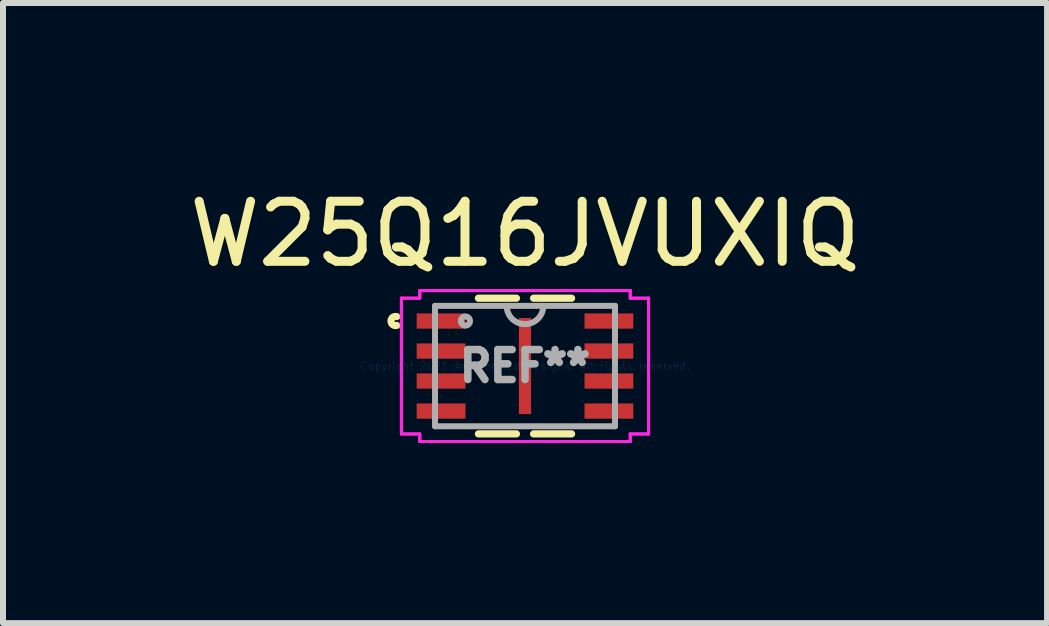
<source format=kicad_pcb>
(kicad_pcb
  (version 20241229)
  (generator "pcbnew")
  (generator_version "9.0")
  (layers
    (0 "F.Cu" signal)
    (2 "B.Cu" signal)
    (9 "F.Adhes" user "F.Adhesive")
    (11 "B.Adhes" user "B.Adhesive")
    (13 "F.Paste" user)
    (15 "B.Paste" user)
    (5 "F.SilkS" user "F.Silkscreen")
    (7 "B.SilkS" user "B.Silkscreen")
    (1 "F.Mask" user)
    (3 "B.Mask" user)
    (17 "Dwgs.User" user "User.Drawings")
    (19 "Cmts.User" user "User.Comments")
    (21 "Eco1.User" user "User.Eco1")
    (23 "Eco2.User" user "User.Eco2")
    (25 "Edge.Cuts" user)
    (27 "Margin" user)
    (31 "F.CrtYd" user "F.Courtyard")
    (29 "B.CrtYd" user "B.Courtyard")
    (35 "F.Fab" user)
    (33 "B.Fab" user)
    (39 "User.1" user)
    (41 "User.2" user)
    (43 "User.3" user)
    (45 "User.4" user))
  (footprint "W25Q16JVUXIQ"
    (layer "F.Cu")
    (at 5.696 3.048)
    (property "Reference" "W25Q16JVUXIQ" (at 0 -2.2 0) (layer "F.SilkS") (effects (font (size 1 1) (thickness 0.15))))
    (attr through_hole)
    (fp_line (start -0.776 1.13) (end -0.143 1.13) (stroke (width 0.12) (type solid)) (layer "F.SilkS"))
    (fp_line (start -0.143 -1.13) (end -0.776 -1.13) (stroke (width 0.12) (type solid)) (layer "F.SilkS"))
    (fp_line (start 0.143 1.13) (end 0.776 1.13) (stroke (width 0.12) (type solid)) (layer "F.SilkS"))
    (fp_line (start 0.776 -1.13) (end 0.143 -1.13) (stroke (width 0.12) (type solid)) (layer "F.SilkS"))
    (fp_arc (start -2.13754 -0.676171) (mid -2.2326 -0.75) (end -2.13754 -0.823829) (stroke (width 0.12) (type solid)) (layer "F.SilkS"))
    (fp_line (start -2.059 -1.131) (end -1.753 -1.131) (stroke (width 0.05) (type solid)) (layer "F.CrtYd"))
    (fp_line (start -2.059 -1.131) (end -1.753 -1.131) (stroke (width 0.05) (type solid)) (layer "F.CrtYd"))
    (fp_line (start -2.059 1.131) (end -2.059 -1.131) (stroke (width 0.05) (type solid)) (layer "F.CrtYd"))
    (fp_line (start -2.059 1.131) (end -2.059 -1.131) (stroke (width 0.05) (type solid)) (layer "F.CrtYd"))
    (fp_line (start -2.059 1.131) (end -1.753 1.131) (stroke (width 0.05) (type solid)) (layer "F.CrtYd"))
    (fp_line (start -1.753 -1.257) (end 1.753 -1.257) (stroke (width 0.05) (type solid)) (layer "F.CrtYd"))
    (fp_line (start -1.753 -1.257) (end 1.753 -1.257) (stroke (width 0.05) (type solid)) (layer "F.CrtYd"))
    (fp_line (start -1.753 -1.131) (end -1.753 -1.257) (stroke (width 0.05) (type solid)) (layer "F.CrtYd"))
    (fp_line (start -1.753 -1.131) (end -1.753 -1.257) (stroke (width 0.05) (type solid)) (layer "F.CrtYd"))
    (fp_line (start -1.753 1.131) (end -2.059 1.131) (stroke (width 0.05) (type solid)) (layer "F.CrtYd"))
    (fp_line (start -1.753 1.257) (end -1.753 1.131) (stroke (width 0.05) (type solid)) (layer "F.CrtYd"))
    (fp_line (start -1.753 1.257) (end -1.753 1.131) (stroke (width 0.05) (type solid)) (layer "F.CrtYd"))
    (fp_line (start 1.753 -1.257) (end 1.753 -1.131) (stroke (width 0.05) (type solid)) (layer "F.CrtYd"))
    (fp_line (start 1.753 -1.257) (end 1.753 -1.131) (stroke (width 0.05) (type solid)) (layer "F.CrtYd"))
    (fp_line (start 1.753 -1.131) (end 2.059 -1.131) (stroke (width 0.05) (type solid)) (layer "F.CrtYd"))
    (fp_line (start 1.753 1.131) (end 1.753 1.257) (stroke (width 0.05) (type solid)) (layer "F.CrtYd"))
    (fp_line (start 1.753 1.131) (end 1.753 1.257) (stroke (width 0.05) (type solid)) (layer "F.CrtYd"))
    (fp_line (start 1.753 1.257) (end -1.753 1.257) (stroke (width 0.05) (type solid)) (layer "F.CrtYd"))
    (fp_line (start 1.753 1.257) (end -1.753 1.257) (stroke (width 0.05) (type solid)) (layer "F.CrtYd"))
    (fp_line (start 2.059 -1.131) (end 1.753 -1.131) (stroke (width 0.05) (type solid)) (layer "F.CrtYd"))
    (fp_line (start 2.059 -1.131) (end 2.059 1.131) (stroke (width 0.05) (type solid)) (layer "F.CrtYd"))
    (fp_line (start 2.059 -1.131) (end 2.059 1.131) (stroke (width 0.05) (type solid)) (layer "F.CrtYd"))
    (fp_line (start 2.059 1.131) (end 1.753 1.131) (stroke (width 0.05) (type solid)) (layer "F.CrtYd"))
    (fp_line (start 2.059 1.131) (end 1.753 1.131) (stroke (width 0.05) (type solid)) (layer "F.CrtYd"))
    (fp_line (start -1.499 -1.003) (end -1.499 1.003) (stroke (width 0.1) (type solid)) (layer "F.Fab"))
    (fp_line (start -1.499 1.003) (end 1.499 1.003) (stroke (width 0.1) (type solid)) (layer "F.Fab"))
    (fp_line (start 1.499 -1.003) (end -1.499 -1.003) (stroke (width 0.1) (type solid)) (layer "F.Fab"))
    (fp_line (start 1.499 1.003) (end 1.499 -1.003) (stroke (width 0.1) (type solid)) (layer "F.Fab"))
    (fp_arc (start 0.3048 -1.0033) (mid 0 -0.6985) (end -0.3048 -1.0033) (stroke (width 0.1) (type solid)) (layer "F.Fab"))
    (fp_circle (center -0.992 -0.75) (end -0.916 -0.75) (stroke (width 0.1) (type solid)) (fill no) (layer "F.Fab"))
    (fp_text user "Copyright 2021 Accelerated Designs. All rights reserved." (at 0 0 0) (layer "Cmts.User") (effects (font (size 0.127 0.127) (thickness 0.002))))
    (fp_text user "REF**" (at 0 0 0) (layer "F.Fab") (effects (font (size 0.5 0.5) (thickness 0.125))))
    (pad "1" smd rect (at -1.398 -0.75) (size 0.813 0.254) (layers "F.Cu" "F.Mask" "F.Paste"))
    (pad "2" smd rect (at -1.398 -0.25) (size 0.813 0.254) (layers "F.Cu" "F.Mask" "F.Paste"))
    (pad "3" smd rect (at -1.398 0.25) (size 0.813 0.254) (layers "F.Cu" "F.Mask" "F.Paste"))
    (pad "4" smd rect (at -1.398 0.75) (size 0.813 0.254) (layers "F.Cu" "F.Mask" "F.Paste"))
    (pad "5" smd rect (at 1.398 0.75) (size 0.813 0.254) (layers "F.Cu" "F.Mask" "F.Paste"))
    (pad "6" smd rect (at 1.398 0.25) (size 0.813 0.254) (layers "F.Cu" "F.Mask" "F.Paste"))
    (pad "7" smd rect (at 1.398 -0.25) (size 0.813 0.254) (layers "F.Cu" "F.Mask" "F.Paste"))
    (pad "8" smd rect (at 1.398 -0.75) (size 0.813 0.254) (layers "F.Cu" "F.Mask" "F.Paste"))
    (pad "9" smd rect (at 0 0) (size 0.203 1.6) (layers "F.Cu" "F.Mask" "F.Paste")))
  (gr_rect
    (start -3 -3)
    (end 14.393 7.331)
    (stroke (width 0.1) (type default))
    (fill no)
    (layer "Edge.Cuts")))
</source>
